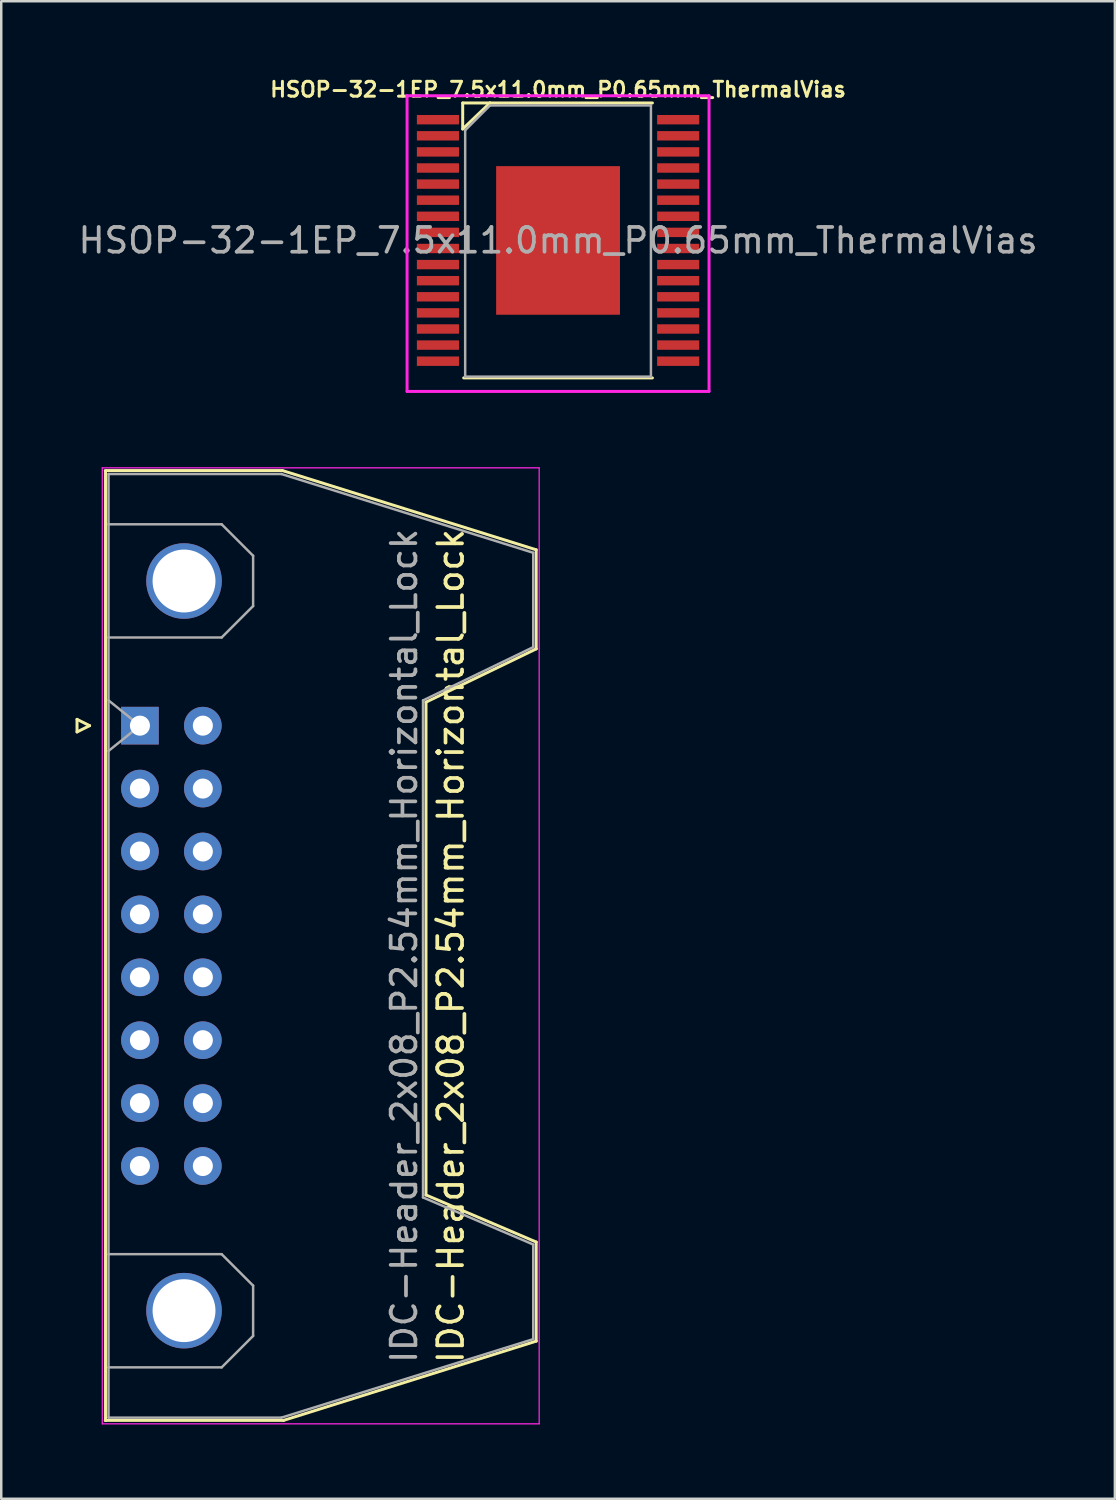
<source format=kicad_pcb>
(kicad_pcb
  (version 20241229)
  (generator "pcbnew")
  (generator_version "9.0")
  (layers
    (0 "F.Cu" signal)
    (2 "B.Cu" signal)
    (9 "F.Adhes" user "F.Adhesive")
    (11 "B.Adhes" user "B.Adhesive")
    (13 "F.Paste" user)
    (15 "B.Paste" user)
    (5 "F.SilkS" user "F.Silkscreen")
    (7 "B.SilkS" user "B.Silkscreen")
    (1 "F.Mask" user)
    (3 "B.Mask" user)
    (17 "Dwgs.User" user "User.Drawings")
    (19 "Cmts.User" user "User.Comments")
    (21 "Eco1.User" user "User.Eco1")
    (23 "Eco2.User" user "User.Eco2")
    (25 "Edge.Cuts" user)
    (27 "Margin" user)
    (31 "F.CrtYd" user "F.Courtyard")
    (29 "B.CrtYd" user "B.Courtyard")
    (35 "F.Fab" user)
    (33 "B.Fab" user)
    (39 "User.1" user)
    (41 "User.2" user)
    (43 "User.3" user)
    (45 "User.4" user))
  (footprint "IDC-Header_2x08_P2.54mm_Horizontal_Lock"
    (layer "F.Cu")
    (at 2.6 26.249)
    (property "Reference" "IDC-Header_2x08_P2.54mm_Horizontal_Lock" (at 12.55 8.9 90) (layer "F.SilkS") (effects (font (size 1 1) (thickness 0.15))))
    (attr through_hole)
    (fp_line (start -2.54 -0.254) (end -2.54 0.254) (stroke (width 0.12) (type solid)) (layer "F.SilkS"))
    (fp_line (start -2.54 0.254) (end -2.032 0) (stroke (width 0.12) (type solid)) (layer "F.SilkS"))
    (fp_line (start -2.032 0) (end -2.54 -0.254) (stroke (width 0.12) (type solid)) (layer "F.SilkS"))
    (fp_line (start -1.4 -10.3) (end 5.75 -10.3) (stroke (width 0.12) (type solid)) (layer "F.SilkS"))
    (fp_line (start -1.39 28.06) (end -1.39 -10.28) (stroke (width 0.12) (type solid)) (layer "F.SilkS"))
    (fp_line (start 5.75 -10.3) (end 16 -7.1) (stroke (width 0.12) (type solid)) (layer "F.SilkS"))
    (fp_line (start 5.8 28.05) (end -1.4 28.05) (stroke (width 0.12) (type solid)) (layer "F.SilkS"))
    (fp_line (start 11.55 -0.95) (end 11.55 18.95) (stroke (width 0.12) (type solid)) (layer "F.SilkS"))
    (fp_line (start 11.55 18.95) (end 16 20.85) (stroke (width 0.12) (type solid)) (layer "F.SilkS"))
    (fp_line (start 16 -7.1) (end 16 -3.1) (stroke (width 0.12) (type solid)) (layer "F.SilkS"))
    (fp_line (start 16 -3.1) (end 11.55 -0.95) (stroke (width 0.12) (type solid)) (layer "F.SilkS"))
    (fp_line (start 16 20.85) (end 16 24.85) (stroke (width 0.12) (type solid)) (layer "F.SilkS"))
    (fp_line (start 16 24.85) (end 5.8 28.05) (stroke (width 0.12) (type solid)) (layer "F.SilkS"))
    (fp_line (start -1.52 28.19) (end -1.52 -10.41) (stroke (width 0.05) (type solid)) (layer "F.CrtYd"))
    (fp_line (start -1.52 28.19) (end 16.12 28.19) (stroke (width 0.05) (type solid)) (layer "F.CrtYd"))
    (fp_line (start 16.12 -10.41) (end -1.52 -10.41) (stroke (width 0.05) (type solid)) (layer "F.CrtYd"))
    (fp_line (start 16.12 -10.41) (end 16.12 28.19) (stroke (width 0.05) (type solid)) (layer "F.CrtYd"))
    (fp_line (start -1.27 -10.16) (end 5.71 -10.16) (stroke (width 0.1) (type solid)) (layer "F.Fab"))
    (fp_line (start -1.27 -8.13) (end 3.3 -8.13) (stroke (width 0.1) (type solid)) (layer "F.Fab"))
    (fp_line (start -1.27 21.34) (end 3.3 21.34) (stroke (width 0.1) (type solid)) (layer "F.Fab"))
    (fp_line (start -1.27 27.94) (end -1.27 -10.16) (stroke (width 0.1) (type solid)) (layer "F.Fab"))
    (fp_line (start -1.27 27.94) (end 5.71 27.94) (stroke (width 0.1) (type solid)) (layer "F.Fab"))
    (fp_line (start -1.268 -1.02) (end 0 0) (stroke (width 0.1) (type solid)) (layer "F.Fab"))
    (fp_line (start 0 0) (end -1.268 1.02) (stroke (width 0.1) (type solid)) (layer "F.Fab"))
    (fp_line (start 3.3 -8.13) (end 4.57 -6.86) (stroke (width 0.1) (type solid)) (layer "F.Fab"))
    (fp_line (start 3.3 -3.56) (end -1.27 -3.56) (stroke (width 0.1) (type solid)) (layer "F.Fab"))
    (fp_line (start 3.3 21.34) (end 4.57 22.61) (stroke (width 0.1) (type solid)) (layer "F.Fab"))
    (fp_line (start 3.3 25.91) (end -1.27 25.91) (stroke (width 0.1) (type solid)) (layer "F.Fab"))
    (fp_line (start 4.57 -6.86) (end 4.57 -4.83) (stroke (width 0.1) (type solid)) (layer "F.Fab"))
    (fp_line (start 4.57 -4.83) (end 3.3 -3.56) (stroke (width 0.1) (type solid)) (layer "F.Fab"))
    (fp_line (start 4.57 22.61) (end 4.57 24.64) (stroke (width 0.1) (type solid)) (layer "F.Fab"))
    (fp_line (start 4.57 24.64) (end 3.3 25.91) (stroke (width 0.1) (type solid)) (layer "F.Fab"))
    (fp_line (start 5.71 -10.16) (end 15.88 -6.98) (stroke (width 0.1) (type solid)) (layer "F.Fab"))
    (fp_line (start 5.71 27.94) (end 15.88 24.77) (stroke (width 0.1) (type solid)) (layer "F.Fab"))
    (fp_line (start 11.43 19.05) (end 11.43 -1.02) (stroke (width 0.1) (type solid)) (layer "F.Fab"))
    (fp_line (start 15.88 -6.98) (end 15.88 -3.17) (stroke (width 0.1) (type solid)) (layer "F.Fab"))
    (fp_line (start 15.88 -3.17) (end 11.43 -1.02) (stroke (width 0.1) (type solid)) (layer "F.Fab"))
    (fp_line (start 15.88 20.95) (end 11.43 19.05) (stroke (width 0.1) (type solid)) (layer "F.Fab"))
    (fp_line (start 15.88 24.77) (end 15.88 20.95) (stroke (width 0.1) (type solid)) (layer "F.Fab"))
    (fp_text user "${REFERENCE}" (at 10.668 8.89 90) (layer "F.Fab") (effects (font (size 1 1) (thickness 0.15))))
    (pad "" thru_hole circle (at 1.78 -5.84 90) (size 3.05 3.05) (drill 2.54) (layers "*.Cu" "*.Mask"))
    (pad "" thru_hole circle (at 1.78 23.62 90) (size 3.05 3.05) (drill 2.54) (layers "*.Cu" "*.Mask"))
    (pad "1" thru_hole rect (at 0 0 90) (size 1.52 1.52) (drill 0.81) (layers "*.Cu" "*.Mask"))
    (pad "2" thru_hole circle (at 2.54 0 90) (size 1.52 1.52) (drill 0.81) (layers "*.Cu" "*.Mask"))
    (pad "3" thru_hole circle (at 0 2.54 90) (size 1.52 1.52) (drill 0.81) (layers "*.Cu" "*.Mask"))
    (pad "4" thru_hole circle (at 2.54 2.54 90) (size 1.52 1.52) (drill 0.81) (layers "*.Cu" "*.Mask"))
    (pad "5" thru_hole circle (at 0 5.08 90) (size 1.52 1.52) (drill 0.81) (layers "*.Cu" "*.Mask"))
    (pad "6" thru_hole circle (at 2.54 5.08 90) (size 1.52 1.52) (drill 0.81) (layers "*.Cu" "*.Mask"))
    (pad "7" thru_hole circle (at 0 7.62 90) (size 1.52 1.52) (drill 0.81) (layers "*.Cu" "*.Mask"))
    (pad "8" thru_hole circle (at 2.54 7.62 90) (size 1.52 1.52) (drill 0.81) (layers "*.Cu" "*.Mask"))
    (pad "9" thru_hole circle (at 0 10.16 90) (size 1.52 1.52) (drill 0.81) (layers "*.Cu" "*.Mask"))
    (pad "10" thru_hole circle (at 2.54 10.16 90) (size 1.52 1.52) (drill 0.81) (layers "*.Cu" "*.Mask"))
    (pad "11" thru_hole circle (at 0 12.7 90) (size 1.52 1.52) (drill 0.81) (layers "*.Cu" "*.Mask"))
    (pad "12" thru_hole circle (at 2.54 12.7 90) (size 1.52 1.52) (drill 0.81) (layers "*.Cu" "*.Mask"))
    (pad "13" thru_hole circle (at 0 15.24 90) (size 1.52 1.52) (drill 0.81) (layers "*.Cu" "*.Mask"))
    (pad "14" thru_hole circle (at 2.54 15.24 90) (size 1.52 1.52) (drill 0.81) (layers "*.Cu" "*.Mask"))
    (pad "15" thru_hole circle (at 0 17.78 90) (size 1.52 1.52) (drill 0.81) (layers "*.Cu" "*.Mask"))
    (pad "16" thru_hole circle (at 2.54 17.78 90) (size 1.52 1.52) (drill 0.81) (layers "*.Cu" "*.Mask")))
  (footprint "HSOP-32-1EP_7.5x11.0mm_P0.65mm_ThermalVias"
    (layer "F.Cu")
    (at 19.482 6.658)
    (property "Reference" "HSOP-32-1EP_7.5x11.0mm_P0.65mm_ThermalVias" (at 0 -6.096 0) (layer "F.SilkS") (effects (font (size 0.6 0.6) (thickness 0.12))))
    (attr smd)
    (fp_line (start -3.85 -5.55) (end -3.85 -4.5) (stroke (width 0.12) (type solid)) (layer "F.SilkS"))
    (fp_line (start -2.75 -5.55) (end -3.85 -5.55) (stroke (width 0.12) (type solid)) (layer "F.SilkS"))
    (fp_line (start -2.75 -5.55) (end -3.85 -4.5) (stroke (width 0.12) (type solid)) (layer "F.SilkS"))
    (fp_line (start 3.81 -5.55) (end -2.75 -5.55) (stroke (width 0.12) (type solid)) (layer "F.SilkS"))
    (fp_line (start 3.81 5.55) (end -3.81 5.55) (stroke (width 0.12) (type solid)) (layer "F.SilkS"))
    (fp_line (start -6.096 -5.842) (end 6.096 -5.842) (stroke (width 0.12) (type solid)) (layer "F.CrtYd"))
    (fp_line (start -6.096 6.096) (end -6.096 -5.842) (stroke (width 0.12) (type solid)) (layer "F.CrtYd"))
    (fp_line (start 6.096 -5.842) (end 6.096 6.096) (stroke (width 0.12) (type solid)) (layer "F.CrtYd"))
    (fp_line (start 6.096 6.096) (end -6.096 6.096) (stroke (width 0.12) (type solid)) (layer "F.CrtYd"))
    (fp_line (start -3.75 -4.45) (end -3.75 5.5) (stroke (width 0.1) (type solid)) (layer "F.Fab"))
    (fp_line (start -3.75 5.5) (end 3.75 5.5) (stroke (width 0.1) (type solid)) (layer "F.Fab"))
    (fp_line (start -2.75 -5.45) (end -3.75 -4.45) (stroke (width 0.1) (type solid)) (layer "F.Fab"))
    (fp_line (start 3.75 -5.45) (end -2.75 -5.45) (stroke (width 0.1) (type solid)) (layer "F.Fab"))
    (fp_line (start 3.75 5.5) (end 3.75 -5.45) (stroke (width 0.1) (type solid)) (layer "F.Fab"))
    (fp_text user "${REFERENCE}" (at 0 0 0) (layer "F.Fab") (effects (font (size 1 1) (thickness 0.15))))
    (pad "1" smd rect (at -4.85 -4.875) (size 1.7 0.38) (layers "F.Cu" "F.Mask" "F.Paste"))
    (pad "2" smd rect (at -4.85 -4.225) (size 1.7 0.38) (layers "F.Cu" "F.Mask" "F.Paste"))
    (pad "3" smd rect (at -4.85 -3.575) (size 1.7 0.38) (layers "F.Cu" "F.Mask" "F.Paste"))
    (pad "4" smd rect (at -4.85 -2.925) (size 1.7 0.38) (layers "F.Cu" "F.Mask" "F.Paste"))
    (pad "5" smd rect (at -4.85 -2.275) (size 1.7 0.38) (layers "F.Cu" "F.Mask" "F.Paste"))
    (pad "6" smd rect (at -4.85 -1.625) (size 1.7 0.38) (layers "F.Cu" "F.Mask" "F.Paste"))
    (pad "7" smd rect (at -4.85 -0.975) (size 1.7 0.38) (layers "F.Cu" "F.Mask" "F.Paste"))
    (pad "8" smd rect (at -4.85 -0.325) (size 1.7 0.38) (layers "F.Cu" "F.Mask" "F.Paste"))
    (pad "9" smd rect (at -4.85 0.325) (size 1.7 0.38) (layers "F.Cu" "F.Mask" "F.Paste"))
    (pad "10" smd rect (at -4.85 0.975) (size 1.7 0.38) (layers "F.Cu" "F.Mask" "F.Paste"))
    (pad "11" smd rect (at -4.85 1.625) (size 1.7 0.38) (layers "F.Cu" "F.Mask" "F.Paste"))
    (pad "12" smd rect (at -4.85 2.275) (size 1.7 0.38) (layers "F.Cu" "F.Mask" "F.Paste"))
    (pad "13" smd rect (at -4.85 2.925) (size 1.7 0.38) (layers "F.Cu" "F.Mask" "F.Paste"))
    (pad "14" smd rect (at -4.85 3.575) (size 1.7 0.38) (layers "F.Cu" "F.Mask" "F.Paste"))
    (pad "15" smd rect (at -4.85 4.225) (size 1.7 0.38) (layers "F.Cu" "F.Mask" "F.Paste"))
    (pad "16" smd rect (at -4.85 4.875) (size 1.7 0.38) (layers "F.Cu" "F.Mask" "F.Paste"))
    (pad "17" smd rect (at 4.85 4.875) (size 1.7 0.38) (layers "F.Cu" "F.Mask" "F.Paste"))
    (pad "18" smd rect (at 4.85 4.225) (size 1.7 0.38) (layers "F.Cu" "F.Mask" "F.Paste"))
    (pad "19" smd rect (at 4.85 3.575) (size 1.7 0.38) (layers "F.Cu" "F.Mask" "F.Paste"))
    (pad "20" smd rect (at 4.85 2.925) (size 1.7 0.38) (layers "F.Cu" "F.Mask" "F.Paste"))
    (pad "21" smd rect (at 4.85 2.275) (size 1.7 0.38) (layers "F.Cu" "F.Mask" "F.Paste"))
    (pad "22" smd rect (at 4.85 1.625) (size 1.7 0.38) (layers "F.Cu" "F.Mask" "F.Paste"))
    (pad "23" smd rect (at 4.85 0.975) (size 1.7 0.38) (layers "F.Cu" "F.Mask" "F.Paste"))
    (pad "24" smd rect (at 4.85 0.325) (size 1.7 0.38) (layers "F.Cu" "F.Mask" "F.Paste"))
    (pad "25" smd rect (at 4.85 -0.325) (size 1.7 0.38) (layers "F.Cu" "F.Mask" "F.Paste"))
    (pad "26" smd rect (at 4.85 -0.975) (size 1.7 0.38) (layers "F.Cu" "F.Mask" "F.Paste"))
    (pad "27" smd rect (at 4.85 -1.625) (size 1.7 0.38) (layers "F.Cu" "F.Mask" "F.Paste"))
    (pad "28" smd rect (at 4.85 -2.275) (size 1.7 0.38) (layers "F.Cu" "F.Mask" "F.Paste"))
    (pad "29" smd rect (at 4.85 -2.925) (size 1.7 0.38) (layers "F.Cu" "F.Mask" "F.Paste"))
    (pad "30" smd rect (at 4.85 -3.575) (size 1.7 0.38) (layers "F.Cu" "F.Mask" "F.Paste"))
    (pad "31" smd rect (at 4.85 -4.225) (size 1.7 0.38) (layers "F.Cu" "F.Mask" "F.Paste"))
    (pad "32" smd rect (at 4.85 -4.875) (size 1.7 0.38) (layers "F.Cu" "F.Mask" "F.Paste"))
    (pad "33" smd rect (at 0 0) (size 5 6) (layers "F.Cu" "F.Mask" "F.Paste")))
  (gr_rect
    (start -3 -3)
    (end 41.964 57.464)
    (stroke (width 0.1) (type default))
    (fill no)
    (layer "Edge.Cuts")))
</source>
